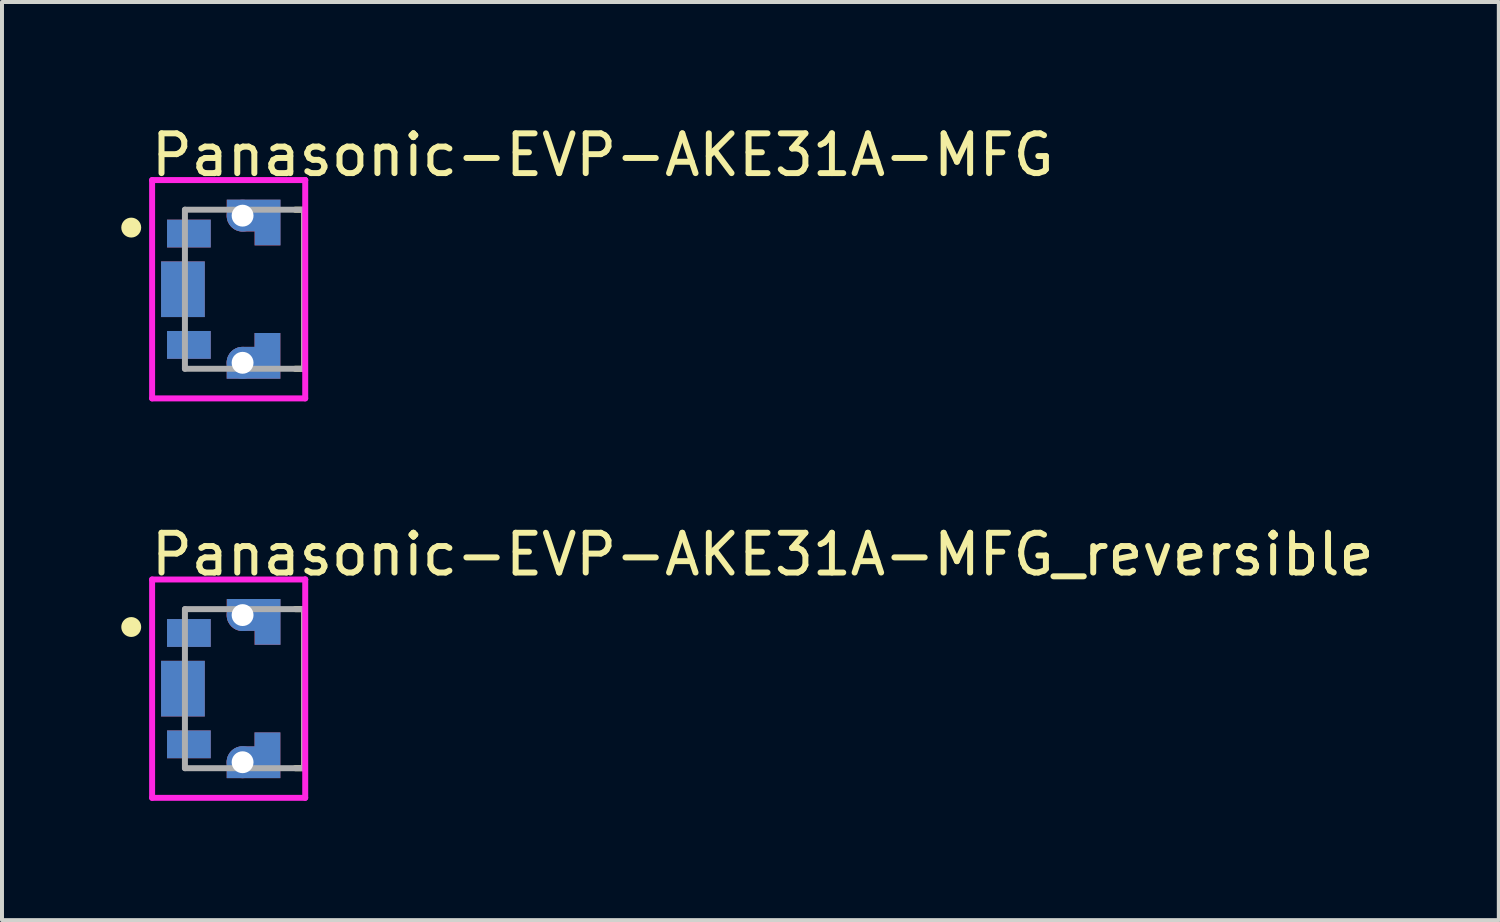
<source format=kicad_pcb>
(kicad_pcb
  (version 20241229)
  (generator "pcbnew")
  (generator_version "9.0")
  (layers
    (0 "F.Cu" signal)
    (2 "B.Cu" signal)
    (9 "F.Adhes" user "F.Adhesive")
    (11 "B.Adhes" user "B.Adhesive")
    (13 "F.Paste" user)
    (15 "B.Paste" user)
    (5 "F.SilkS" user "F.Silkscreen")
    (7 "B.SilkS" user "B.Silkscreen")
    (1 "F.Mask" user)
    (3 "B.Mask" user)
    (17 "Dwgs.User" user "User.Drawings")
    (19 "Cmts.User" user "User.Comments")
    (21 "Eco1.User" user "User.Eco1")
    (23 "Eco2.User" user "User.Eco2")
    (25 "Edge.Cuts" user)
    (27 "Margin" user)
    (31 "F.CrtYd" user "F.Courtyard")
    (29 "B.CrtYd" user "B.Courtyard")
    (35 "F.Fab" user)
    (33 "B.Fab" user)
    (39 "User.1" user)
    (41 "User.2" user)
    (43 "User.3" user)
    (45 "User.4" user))
  (footprint "Panasonic-EVP-AKE31A-MFG"
    (layer "F.Cu")
    (at 3.1 4.223)
    (property "Reference" "Panasonic-EVP-AKE31A-MFG" (at -2.425 -3.375 0) (layer "F.SilkS") (effects (font (size 1 1) (thickness 0.15)) (justify left)))
    (attr through_hole)
    (fp_line (start 1.275 -2) (end 1.5 -2) (stroke (width 0.15) (type solid)) (layer "F.SilkS"))
    (fp_line (start 1.275 2) (end 1.5 2) (stroke (width 0.15) (type solid)) (layer "F.SilkS"))
    (fp_line (start 1.5 2) (end 1.5 -2) (stroke (width 0.15) (type solid)) (layer "F.SilkS"))
    (fp_circle (center -2.85 -1.55) (end -2.725 -1.55) (stroke (width 0.25) (type solid)) (fill no) (layer "F.SilkS"))
    (fp_line (start -2.325 -2.745) (end -2.325 2.745) (stroke (width 0.15) (type solid)) (layer "F.CrtYd"))
    (fp_line (start -2.325 2.745) (end 1.525 2.745) (stroke (width 0.15) (type solid)) (layer "F.CrtYd"))
    (fp_line (start 1.525 -2.745) (end -2.325 -2.745) (stroke (width 0.15) (type solid)) (layer "F.CrtYd"))
    (fp_line (start 1.525 -2.745) (end 1.525 -2.745) (stroke (width 0.15) (type solid)) (layer "F.CrtYd"))
    (fp_line (start 1.525 2.745) (end 1.525 -2.745) (stroke (width 0.15) (type solid)) (layer "F.CrtYd"))
    (fp_line (start -1.5 -2) (end 1.5 -2) (stroke (width 0.15) (type solid)) (layer "F.Fab"))
    (fp_line (start -1.5 2) (end -1.5 -2) (stroke (width 0.15) (type solid)) (layer "F.Fab"))
    (fp_line (start 1.5 -2) (end 1.5 2) (stroke (width 0.15) (type solid)) (layer "F.Fab"))
    (fp_line (start 1.5 2) (end -1.5 2) (stroke (width 0.15) (type solid)) (layer "F.Fab"))
    (pad "" smd rect (at -1.625 0) (size 1.35 1.8) (layers "F.Mask" "F.Paste"))
    (pad "" smd rect (at -1.55 -1.55) (size 1.5 1) (layers "F.Mask" "F.Paste"))
    (pad "" smd rect (at -1.55 1.55) (size 1.5 1) (layers "F.Mask" "F.Paste"))
    (pad "" smd rect (at 0.125 -1.935) (size 1.25 1.57) (layers "F.Mask" "F.Paste"))
    (pad "" smd rect (at 0.125 1.935) (size 1.25 1.57) (layers "F.Mask" "F.Paste"))
    (pad "1" thru_hole circle (at -0.05 -1.85) (size 0.8 0.8) (drill 0.55) (layers "*.Cu"))
    (pad "1" smd custom (at 0.225 -1.85) (size 0.5 0.5) (layers "F.Cu" "F.Mask") (options (anchor circle)) (primitives (gr_poly (pts (xy -0.675 -0.4) (xy -0.675 0.000003) (xy -0.674 0.031) (xy -0.67 0.063) (xy -0.664 0.093) (xy -0.655 0.124) (xy -0.645 0.153) (xy -0.631 0.182) (xy -0.616 0.209) (xy -0.599 0.235) (xy -0.579 0.26) (xy -0.558 0.283) (xy -0.535 0.304) (xy -0.51 0.324) (xy -0.484 0.341) (xy -0.457 0.356) (xy -0.428 0.37) (xy -0.399 0.38) (xy -0.368 0.389) (xy -0.338 0.395) (xy -0.306 0.399) (xy -0.275 0.4) (xy 0.025 0.4) (xy 0.025 0.75) (xy 0.675 0.75) (xy 0.675 -0.4) (xy -0.675 -0.4)) (width 0) (fill yes))))
    (pad "1" smd custom (at 0.229 -1.854 180) (size 0.5 0.5) (layers "B.Cu" "B.Mask") (options (anchor circle)) (primitives (gr_poly (pts (xy 0.675 0.4) (xy 0.675 -0.000003) (xy 0.674 -0.031) (xy 0.67 -0.063) (xy 0.664 -0.093) (xy 0.655 -0.124) (xy 0.645 -0.153) (xy 0.631 -0.182) (xy 0.616 -0.209) (xy 0.599 -0.235) (xy 0.579 -0.26) (xy 0.558 -0.283) (xy 0.535 -0.304) (xy 0.51 -0.324) (xy 0.484 -0.341) (xy 0.457 -0.356) (xy 0.428 -0.37) (xy 0.399 -0.38) (xy 0.368 -0.389) (xy 0.338 -0.395) (xy 0.306 -0.399) (xy 0.275 -0.4) (xy -0.025 -0.4) (xy -0.025 -0.75) (xy -0.675 -0.75) (xy -0.675 0.4) (xy 0.675 0.4)) (width 0) (fill yes))))
    (pad "2" smd rect (at -1.55 0) (size 1.1 1.4) (layers "F.Cu"))
    (pad "2" smd rect (at -1.55 0) (size 1.1 1.4) (layers "B.Cu"))
    (pad "3" thru_hole circle (at -0.05 1.85) (size 0.8 0.8) (drill 0.55) (layers "*.Cu"))
    (pad "3" smd custom (at 0.225 1.675) (size 0.2 0.2) (layers "F.Cu" "F.Mask") (options (anchor circle)) (primitives (gr_poly (pts (xy -0.675 0.575) (xy 0.675 0.575) (xy 0.675 -0.575) (xy 0.025 -0.575) (xy 0.025 -0.225) (xy -0.275 -0.225) (xy -0.306 -0.224) (xy -0.338 -0.22) (xy -0.368 -0.214) (xy -0.399 -0.205) (xy -0.428 -0.195) (xy -0.457 -0.181) (xy -0.484 -0.166) (xy -0.51 -0.149) (xy -0.535 -0.129) (xy -0.558 -0.108) (xy -0.579 -0.085) (xy -0.599 -0.06) (xy -0.616 -0.034) (xy -0.631 -0.007) (xy -0.645 0.022) (xy -0.655 0.051) (xy -0.664 0.082) (xy -0.67 0.112) (xy -0.674 0.144) (xy -0.675 0.175) (xy -0.675 0.575)) (width 0) (fill yes))))
    (pad "3" smd custom (at 0.225 1.675 180) (size 0.2 0.2) (layers "B.Cu" "B.Mask") (options (anchor circle)) (primitives (gr_poly (pts (xy 0.675 -0.575) (xy -0.675 -0.575) (xy -0.675 0.575) (xy -0.025 0.575) (xy -0.025 0.225) (xy 0.275 0.225) (xy 0.306 0.224) (xy 0.338 0.22) (xy 0.368 0.214) (xy 0.399 0.205) (xy 0.428 0.195) (xy 0.457 0.181) (xy 0.484 0.166) (xy 0.51 0.149) (xy 0.535 0.129) (xy 0.558 0.108) (xy 0.579 0.085) (xy 0.599 0.06) (xy 0.616 0.034) (xy 0.631 0.007) (xy 0.645 -0.022) (xy 0.655 -0.051) (xy 0.664 -0.082) (xy 0.67 -0.112) (xy 0.674 -0.144) (xy 0.675 -0.175) (xy 0.675 -0.575)) (width 0) (fill yes))))
    (pad "A" smd rect (at -1.4 -1.4) (size 1.1 0.7) (layers "F.Cu"))
    (pad "A" smd rect (at -1.4 1.4) (size 1.1 0.7) (layers "B.Cu"))
    (pad "A'" smd rect (at -1.4 -1.4) (size 1.1 0.7) (layers "B.Cu"))
    (pad "A'" smd rect (at -1.4 1.4) (size 1.1 0.7) (layers "F.Cu")))
  (footprint "Panasonic-EVP-AKE31A-MFG_reversible"
    (layer "F.Cu")
    (at 3.1 14.267)
    (property "Reference" "Panasonic-EVP-AKE31A-MFG_reversible" (at -2.425 -3.375 0) (layer "F.SilkS") (effects (font (size 1 1) (thickness 0.15)) (justify left)))
    (attr through_hole)
    (fp_line (start 1.275 -2) (end 1.5 -2) (stroke (width 0.15) (type solid)) (layer "F.SilkS"))
    (fp_line (start 1.275 2) (end 1.5 2) (stroke (width 0.15) (type solid)) (layer "F.SilkS"))
    (fp_line (start 1.5 2) (end 1.5 -2) (stroke (width 0.15) (type solid)) (layer "F.SilkS"))
    (fp_circle (center -2.85 -1.55) (end -2.725 -1.55) (stroke (width 0.25) (type solid)) (fill no) (layer "F.SilkS"))
    (fp_line (start -2.325 -2.745) (end -2.325 2.745) (stroke (width 0.15) (type solid)) (layer "F.CrtYd"))
    (fp_line (start -2.325 2.745) (end 1.525 2.745) (stroke (width 0.15) (type solid)) (layer "F.CrtYd"))
    (fp_line (start 1.525 -2.745) (end -2.325 -2.745) (stroke (width 0.15) (type solid)) (layer "F.CrtYd"))
    (fp_line (start 1.525 -2.745) (end 1.525 -2.745) (stroke (width 0.15) (type solid)) (layer "F.CrtYd"))
    (fp_line (start 1.525 2.745) (end 1.525 -2.745) (stroke (width 0.15) (type solid)) (layer "F.CrtYd"))
    (fp_line (start -1.5 -2) (end 1.5 -2) (stroke (width 0.15) (type solid)) (layer "F.Fab"))
    (fp_line (start -1.5 2) (end -1.5 -2) (stroke (width 0.15) (type solid)) (layer "F.Fab"))
    (fp_line (start 1.5 -2) (end 1.5 2) (stroke (width 0.15) (type solid)) (layer "F.Fab"))
    (fp_line (start 1.5 2) (end -1.5 2) (stroke (width 0.15) (type solid)) (layer "F.Fab"))
    (pad "" smd rect (at -1.625 0) (size 1.35 1.8) (layers "F.Mask" "F.Paste"))
    (pad "" smd rect (at -1.55 -1.55) (size 1.5 1) (layers "F.Mask" "F.Paste"))
    (pad "" smd rect (at -1.55 1.55) (size 1.5 1) (layers "F.Mask" "F.Paste"))
    (pad "" smd rect (at 0.125 -1.935) (size 1.25 1.57) (layers "F.Mask" "F.Paste"))
    (pad "" smd rect (at 0.125 1.935) (size 1.25 1.57) (layers "F.Mask" "F.Paste"))
    (pad "1" thru_hole circle (at -0.05 -1.85) (size 0.8 0.8) (drill 0.55) (layers "*.Cu"))
    (pad "1" smd custom (at 0.225 -1.85) (size 0.5 0.5) (layers "F.Cu" "F.Mask") (options (anchor circle)) (primitives (gr_poly (pts (xy -0.675 -0.4) (xy -0.675 0.000003) (xy -0.674 0.031) (xy -0.67 0.063) (xy -0.664 0.093) (xy -0.655 0.124) (xy -0.645 0.153) (xy -0.631 0.182) (xy -0.616 0.209) (xy -0.599 0.235) (xy -0.579 0.26) (xy -0.558 0.283) (xy -0.535 0.304) (xy -0.51 0.324) (xy -0.484 0.341) (xy -0.457 0.356) (xy -0.428 0.37) (xy -0.399 0.38) (xy -0.368 0.389) (xy -0.338 0.395) (xy -0.306 0.399) (xy -0.275 0.4) (xy 0.025 0.4) (xy 0.025 0.75) (xy 0.675 0.75) (xy 0.675 -0.4) (xy -0.675 -0.4)) (width 0) (fill yes))))
    (pad "1" smd custom (at 0.229 -1.854 180) (size 0.5 0.5) (layers "B.Cu" "B.Mask") (options (anchor circle)) (primitives (gr_poly (pts (xy 0.675 0.4) (xy 0.675 -0.000003) (xy 0.674 -0.031) (xy 0.67 -0.063) (xy 0.664 -0.093) (xy 0.655 -0.124) (xy 0.645 -0.153) (xy 0.631 -0.182) (xy 0.616 -0.209) (xy 0.599 -0.235) (xy 0.579 -0.26) (xy 0.558 -0.283) (xy 0.535 -0.304) (xy 0.51 -0.324) (xy 0.484 -0.341) (xy 0.457 -0.356) (xy 0.428 -0.37) (xy 0.399 -0.38) (xy 0.368 -0.389) (xy 0.338 -0.395) (xy 0.306 -0.399) (xy 0.275 -0.4) (xy -0.025 -0.4) (xy -0.025 -0.75) (xy -0.675 -0.75) (xy -0.675 0.4) (xy 0.675 0.4)) (width 0) (fill yes))))
    (pad "2" smd rect (at -1.55 0) (size 1.1 1.4) (layers "F.Cu"))
    (pad "2" smd rect (at -1.55 0) (size 1.1 1.4) (layers "B.Cu"))
    (pad "3" thru_hole circle (at -0.05 1.85) (size 0.8 0.8) (drill 0.55) (layers "*.Cu"))
    (pad "3" smd custom (at 0.225 1.675) (size 0.2 0.2) (layers "F.Cu" "F.Mask") (options (anchor circle)) (primitives (gr_poly (pts (xy -0.675 0.575) (xy 0.675 0.575) (xy 0.675 -0.575) (xy 0.025 -0.575) (xy 0.025 -0.225) (xy -0.275 -0.225) (xy -0.306 -0.224) (xy -0.338 -0.22) (xy -0.368 -0.214) (xy -0.399 -0.205) (xy -0.428 -0.195) (xy -0.457 -0.181) (xy -0.484 -0.166) (xy -0.51 -0.149) (xy -0.535 -0.129) (xy -0.558 -0.108) (xy -0.579 -0.085) (xy -0.599 -0.06) (xy -0.616 -0.034) (xy -0.631 -0.007) (xy -0.645 0.022) (xy -0.655 0.051) (xy -0.664 0.082) (xy -0.67 0.112) (xy -0.674 0.144) (xy -0.675 0.175) (xy -0.675 0.575)) (width 0) (fill yes))))
    (pad "3" smd custom (at 0.225 1.675 180) (size 0.2 0.2) (layers "B.Cu" "B.Mask") (options (anchor circle)) (primitives (gr_poly (pts (xy 0.675 -0.575) (xy -0.675 -0.575) (xy -0.675 0.575) (xy -0.025 0.575) (xy -0.025 0.225) (xy 0.275 0.225) (xy 0.306 0.224) (xy 0.338 0.22) (xy 0.368 0.214) (xy 0.399 0.205) (xy 0.428 0.195) (xy 0.457 0.181) (xy 0.484 0.166) (xy 0.51 0.149) (xy 0.535 0.129) (xy 0.558 0.108) (xy 0.579 0.085) (xy 0.599 0.06) (xy 0.616 0.034) (xy 0.631 0.007) (xy 0.645 -0.022) (xy 0.655 -0.051) (xy 0.664 -0.082) (xy 0.67 -0.112) (xy 0.674 -0.144) (xy 0.675 -0.175) (xy 0.675 -0.575)) (width 0) (fill yes))))
    (pad "A" smd rect (at -1.4 1.4) (size 1.1 0.7) (layers "F.Cu"))
    (pad "A" smd rect (at -1.4 1.4) (size 1.1 0.7) (layers "B.Cu"))
    (pad "A'" smd rect (at -1.4 -1.4) (size 1.1 0.7) (layers "F.Cu"))
    (pad "A'" smd rect (at -1.4 -1.4) (size 1.1 0.7) (layers "B.Cu")))
  (gr_rect
    (start -3 -3)
    (end 34.639 20.087)
    (stroke (width 0.1) (type default))
    (fill no)
    (layer "Edge.Cuts")))
</source>
